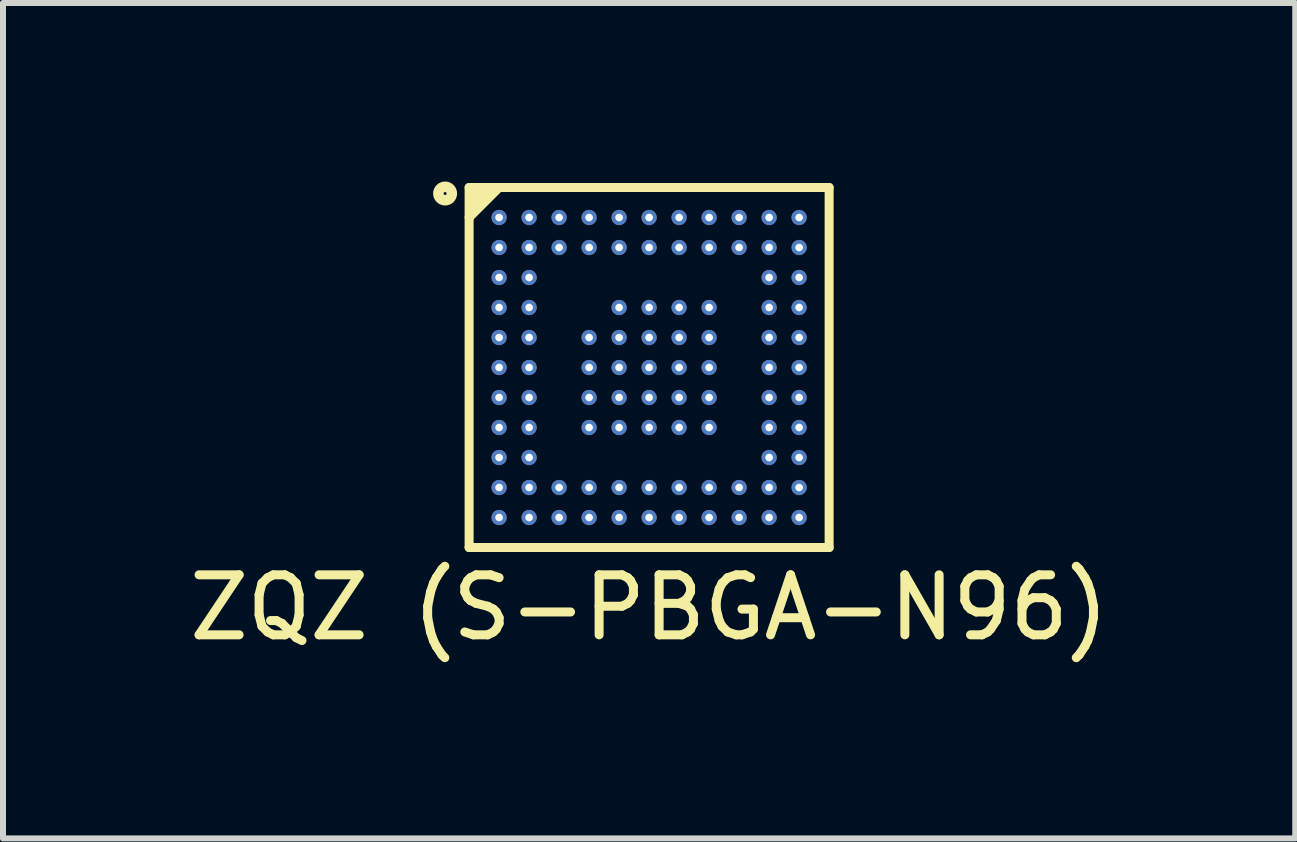
<source format=kicad_pcb>
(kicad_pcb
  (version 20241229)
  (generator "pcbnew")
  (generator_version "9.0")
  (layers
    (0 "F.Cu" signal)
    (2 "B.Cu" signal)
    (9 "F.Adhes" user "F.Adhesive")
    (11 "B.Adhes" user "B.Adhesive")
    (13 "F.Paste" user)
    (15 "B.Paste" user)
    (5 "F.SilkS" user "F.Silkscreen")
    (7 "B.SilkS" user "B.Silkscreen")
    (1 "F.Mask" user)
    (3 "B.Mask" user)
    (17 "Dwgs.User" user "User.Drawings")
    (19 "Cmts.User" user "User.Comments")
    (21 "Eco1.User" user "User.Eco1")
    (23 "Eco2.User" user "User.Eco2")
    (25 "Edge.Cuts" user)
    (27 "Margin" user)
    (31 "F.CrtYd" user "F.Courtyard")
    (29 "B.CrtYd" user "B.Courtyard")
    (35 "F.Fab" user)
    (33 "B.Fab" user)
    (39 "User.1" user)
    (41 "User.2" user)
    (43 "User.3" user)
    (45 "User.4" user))
  (footprint "ZQZ (S-PBGA-N96)"
    (layer "F.Cu")
    (at 7.768 6.575)
    (property "Reference" "ZQZ (S-PBGA-N96)" (at 0 0.5 0) (layer "F.SilkS") (effects (font (size 1 1) (thickness 0.15))))
    (attr through_hole)
    (fp_line (start -3 -0.5) (end -3 -6.5) (stroke (width 0.15) (type solid)) (layer "F.SilkS"))
    (fp_line (start -3 -0.5) (end 3 -0.5) (stroke (width 0.15) (type solid)) (layer "F.SilkS"))
    (fp_line (start -2.94 -6.2) (end -2.84 -6.41) (stroke (width 0.15) (type solid)) (layer "F.SilkS"))
    (fp_line (start -2.84 -6.41) (end -2.93 -6.4) (stroke (width 0.15) (type solid)) (layer "F.SilkS"))
    (fp_line (start -2.65 -6.45) (end -2.94 -6.2) (stroke (width 0.15) (type solid)) (layer "F.SilkS"))
    (fp_line (start -2.5 -6.5) (end -3 -6) (stroke (width 0.15) (type solid)) (layer "F.SilkS"))
    (fp_line (start 3 -6.5) (end -3 -6.5) (stroke (width 0.15) (type solid)) (layer "F.SilkS"))
    (fp_line (start 3 -6.5) (end 3 -0.5) (stroke (width 0.15) (type solid)) (layer "F.SilkS"))
    (fp_circle (center -3.4 -6.4) (end -3.35 -6.4) (stroke (width 0.15) (type solid)) (fill no) (layer "F.SilkS"))
    (fp_circle (center -3.4 -6.4) (end -3.3 -6.4) (stroke (width 0.15) (type solid)) (fill no) (layer "F.SilkS"))
    (pad "A1" thru_hole circle (at -2.5 -6) (size 0.254 0.254) (drill 0.127) (layers "*.Cu" "*.Mask"))
    (pad "A2" thru_hole circle (at -2 -6) (size 0.254 0.254) (drill 0.127) (layers "*.Cu" "*.Mask"))
    (pad "A3" thru_hole circle (at -1.5 -6) (size 0.254 0.254) (drill 0.127) (layers "*.Cu" "*.Mask"))
    (pad "A4" thru_hole circle (at -1 -6) (size 0.254 0.254) (drill 0.127) (layers "*.Cu" "*.Mask"))
    (pad "A5" thru_hole circle (at -0.5 -6) (size 0.254 0.254) (drill 0.127) (layers "*.Cu" "*.Mask"))
    (pad "A6" thru_hole circle (at 0 -6) (size 0.254 0.254) (drill 0.127) (layers "*.Cu" "*.Mask"))
    (pad "A7" thru_hole circle (at 0.5 -6) (size 0.254 0.254) (drill 0.127) (layers "*.Cu" "*.Mask"))
    (pad "A8" thru_hole circle (at 1 -6) (size 0.254 0.254) (drill 0.127) (layers "*.Cu" "*.Mask"))
    (pad "A9" thru_hole circle (at 1.5 -6) (size 0.254 0.254) (drill 0.127) (layers "*.Cu" "*.Mask"))
    (pad "A10" thru_hole circle (at 2 -6) (size 0.254 0.254) (drill 0.127) (layers "*.Cu" "*.Mask"))
    (pad "A11" thru_hole circle (at 2.5 -6) (size 0.254 0.254) (drill 0.127) (layers "*.Cu" "*.Mask"))
    (pad "B1" thru_hole circle (at -2.5 -5.5) (size 0.254 0.254) (drill 0.127) (layers "*.Cu" "*.Mask"))
    (pad "B2" thru_hole circle (at -2 -5.5) (size 0.254 0.254) (drill 0.127) (layers "*.Cu" "*.Mask"))
    (pad "B3" thru_hole circle (at -1.5 -5.5) (size 0.254 0.254) (drill 0.127) (layers "*.Cu" "*.Mask"))
    (pad "B4" thru_hole circle (at -1 -5.5) (size 0.254 0.254) (drill 0.127) (layers "*.Cu" "*.Mask"))
    (pad "B5" thru_hole circle (at -0.5 -5.5) (size 0.254 0.254) (drill 0.127) (layers "*.Cu" "*.Mask"))
    (pad "B6" thru_hole circle (at 0 -5.5) (size 0.254 0.254) (drill 0.127) (layers "*.Cu" "*.Mask"))
    (pad "B7" thru_hole circle (at 0.5 -5.5) (size 0.254 0.254) (drill 0.127) (layers "*.Cu" "*.Mask"))
    (pad "B8" thru_hole circle (at 1 -5.5) (size 0.254 0.254) (drill 0.127) (layers "*.Cu" "*.Mask"))
    (pad "B9" thru_hole circle (at 1.5 -5.5) (size 0.254 0.254) (drill 0.127) (layers "*.Cu" "*.Mask"))
    (pad "B10" thru_hole circle (at 2 -5.5) (size 0.254 0.254) (drill 0.127) (layers "*.Cu" "*.Mask"))
    (pad "B11" thru_hole circle (at 2.5 -5.5) (size 0.254 0.254) (drill 0.127) (layers "*.Cu" "*.Mask"))
    (pad "C1" thru_hole circle (at -2.5 -5) (size 0.254 0.254) (drill 0.127) (layers "*.Cu" "*.Mask"))
    (pad "C2" thru_hole circle (at -2 -5) (size 0.254 0.254) (drill 0.127) (layers "*.Cu" "*.Mask"))
    (pad "C10" thru_hole circle (at 2 -5) (size 0.254 0.254) (drill 0.127) (layers "*.Cu" "*.Mask"))
    (pad "C11" thru_hole circle (at 2.5 -5) (size 0.254 0.254) (drill 0.127) (layers "*.Cu" "*.Mask"))
    (pad "D1" thru_hole circle (at -2.5 -4.5) (size 0.254 0.254) (drill 0.127) (layers "*.Cu" "*.Mask"))
    (pad "D2" thru_hole circle (at -2 -4.5) (size 0.254 0.254) (drill 0.127) (layers "*.Cu" "*.Mask"))
    (pad "D5" thru_hole circle (at -0.5 -4.5) (size 0.254 0.254) (drill 0.127) (layers "*.Cu" "*.Mask"))
    (pad "D6" thru_hole circle (at 0 -4.5) (size 0.254 0.254) (drill 0.127) (layers "*.Cu" "*.Mask"))
    (pad "D7" thru_hole circle (at 0.5 -4.5) (size 0.254 0.254) (drill 0.127) (layers "*.Cu" "*.Mask"))
    (pad "D8" thru_hole circle (at 1 -4.5) (size 0.254 0.254) (drill 0.127) (layers "*.Cu" "*.Mask"))
    (pad "D10" thru_hole circle (at 2 -4.5) (size 0.254 0.254) (drill 0.127) (layers "*.Cu" "*.Mask"))
    (pad "D11" thru_hole circle (at 2.5 -4.5) (size 0.254 0.254) (drill 0.127) (layers "*.Cu" "*.Mask"))
    (pad "E1" thru_hole circle (at -2.5 -4) (size 0.254 0.254) (drill 0.127) (layers "*.Cu" "*.Mask"))
    (pad "E2" thru_hole circle (at -2 -4) (size 0.254 0.254) (drill 0.127) (layers "*.Cu" "*.Mask"))
    (pad "E4" thru_hole circle (at -1 -4) (size 0.254 0.254) (drill 0.127) (layers "*.Cu" "*.Mask"))
    (pad "E5" thru_hole circle (at -0.5 -4) (size 0.254 0.254) (drill 0.127) (layers "*.Cu" "*.Mask"))
    (pad "E6" thru_hole circle (at 0 -4) (size 0.254 0.254) (drill 0.127) (layers "*.Cu" "*.Mask"))
    (pad "E7" thru_hole circle (at 0.5 -4) (size 0.254 0.254) (drill 0.127) (layers "*.Cu" "*.Mask"))
    (pad "E8" thru_hole circle (at 1 -4) (size 0.254 0.254) (drill 0.127) (layers "*.Cu" "*.Mask"))
    (pad "E10" thru_hole circle (at 2 -4) (size 0.254 0.254) (drill 0.127) (layers "*.Cu" "*.Mask"))
    (pad "E11" thru_hole circle (at 2.5 -4) (size 0.254 0.254) (drill 0.127) (layers "*.Cu" "*.Mask"))
    (pad "F1" thru_hole circle (at -2.5 -3.5) (size 0.254 0.254) (drill 0.127) (layers "*.Cu" "*.Mask"))
    (pad "F2" thru_hole circle (at -2 -3.5) (size 0.254 0.254) (drill 0.127) (layers "*.Cu" "*.Mask"))
    (pad "F4" thru_hole circle (at -1 -3.5) (size 0.254 0.254) (drill 0.127) (layers "*.Cu" "*.Mask"))
    (pad "F5" thru_hole circle (at -0.5 -3.5) (size 0.254 0.254) (drill 0.127) (layers "*.Cu" "*.Mask"))
    (pad "F6" thru_hole circle (at 0 -3.5) (size 0.254 0.254) (drill 0.127) (layers "*.Cu" "*.Mask"))
    (pad "F7" thru_hole circle (at 0.5 -3.5) (size 0.254 0.254) (drill 0.127) (layers "*.Cu" "*.Mask"))
    (pad "F8" thru_hole circle (at 1 -3.5) (size 0.254 0.254) (drill 0.127) (layers "*.Cu" "*.Mask"))
    (pad "F10" thru_hole circle (at 2 -3.5) (size 0.254 0.254) (drill 0.127) (layers "*.Cu" "*.Mask"))
    (pad "F11" thru_hole circle (at 2.5 -3.5) (size 0.254 0.254) (drill 0.127) (layers "*.Cu" "*.Mask"))
    (pad "G1" thru_hole circle (at -2.5 -3) (size 0.254 0.254) (drill 0.127) (layers "*.Cu" "*.Mask"))
    (pad "G2" thru_hole circle (at -2 -3) (size 0.254 0.254) (drill 0.127) (layers "*.Cu" "*.Mask"))
    (pad "G4" thru_hole circle (at -1 -3) (size 0.254 0.254) (drill 0.127) (layers "*.Cu" "*.Mask"))
    (pad "G5" thru_hole circle (at -0.5 -3) (size 0.254 0.254) (drill 0.127) (layers "*.Cu" "*.Mask"))
    (pad "G6" thru_hole circle (at 0 -3) (size 0.254 0.254) (drill 0.127) (layers "*.Cu" "*.Mask"))
    (pad "G7" thru_hole circle (at 0.5 -3) (size 0.254 0.254) (drill 0.127) (layers "*.Cu" "*.Mask"))
    (pad "G8" thru_hole circle (at 1 -3) (size 0.254 0.254) (drill 0.127) (layers "*.Cu" "*.Mask"))
    (pad "G10" thru_hole circle (at 2 -3) (size 0.254 0.254) (drill 0.127) (layers "*.Cu" "*.Mask"))
    (pad "G11" thru_hole circle (at 2.5 -3) (size 0.254 0.254) (drill 0.127) (layers "*.Cu" "*.Mask"))
    (pad "H1" thru_hole circle (at -2.5 -2.5) (size 0.254 0.254) (drill 0.127) (layers "*.Cu" "*.Mask"))
    (pad "H2" thru_hole circle (at -2 -2.5) (size 0.254 0.254) (drill 0.127) (layers "*.Cu" "*.Mask"))
    (pad "H4" thru_hole circle (at -1 -2.5) (size 0.254 0.254) (drill 0.127) (layers "*.Cu" "*.Mask"))
    (pad "H5" thru_hole circle (at -0.5 -2.5) (size 0.254 0.254) (drill 0.127) (layers "*.Cu" "*.Mask"))
    (pad "H6" thru_hole circle (at 0 -2.5) (size 0.254 0.254) (drill 0.127) (layers "*.Cu" "*.Mask"))
    (pad "H7" thru_hole circle (at 0.5 -2.5) (size 0.254 0.254) (drill 0.127) (layers "*.Cu" "*.Mask"))
    (pad "H8" thru_hole circle (at 1 -2.5) (size 0.254 0.254) (drill 0.127) (layers "*.Cu" "*.Mask"))
    (pad "H10" thru_hole circle (at 2 -2.5) (size 0.254 0.254) (drill 0.127) (layers "*.Cu" "*.Mask"))
    (pad "H11" thru_hole circle (at 2.5 -2.5) (size 0.254 0.254) (drill 0.127) (layers "*.Cu" "*.Mask"))
    (pad "J1" thru_hole circle (at -2.5 -2) (size 0.254 0.254) (drill 0.127) (layers "*.Cu" "*.Mask"))
    (pad "J2" thru_hole circle (at -2 -2) (size 0.254 0.254) (drill 0.127) (layers "*.Cu" "*.Mask"))
    (pad "J10" thru_hole circle (at 2 -2) (size 0.254 0.254) (drill 0.127) (layers "*.Cu" "*.Mask"))
    (pad "J11" thru_hole circle (at 2.5 -2) (size 0.254 0.254) (drill 0.127) (layers "*.Cu" "*.Mask"))
    (pad "K1" thru_hole circle (at -2.5 -1.5) (size 0.254 0.254) (drill 0.127) (layers "*.Cu" "*.Mask"))
    (pad "K2" thru_hole circle (at -2 -1.5) (size 0.254 0.254) (drill 0.127) (layers "*.Cu" "*.Mask"))
    (pad "K3" thru_hole circle (at -1.5 -1.5) (size 0.254 0.254) (drill 0.127) (layers "*.Cu" "*.Mask"))
    (pad "K4" thru_hole circle (at -1 -1.5) (size 0.254 0.254) (drill 0.127) (layers "*.Cu" "*.Mask"))
    (pad "K5" thru_hole circle (at -0.5 -1.5) (size 0.254 0.254) (drill 0.127) (layers "*.Cu" "*.Mask"))
    (pad "K6" thru_hole circle (at 0 -1.5) (size 0.254 0.254) (drill 0.127) (layers "*.Cu" "*.Mask"))
    (pad "K7" thru_hole circle (at 0.5 -1.5) (size 0.254 0.254) (drill 0.127) (layers "*.Cu" "*.Mask"))
    (pad "K8" thru_hole circle (at 1 -1.5) (size 0.254 0.254) (drill 0.127) (layers "*.Cu" "*.Mask"))
    (pad "K9" thru_hole circle (at 1.5 -1.5) (size 0.254 0.254) (drill 0.127) (layers "*.Cu" "*.Mask"))
    (pad "K10" thru_hole circle (at 2 -1.5) (size 0.254 0.254) (drill 0.127) (layers "*.Cu" "*.Mask"))
    (pad "K11" thru_hole circle (at 2.5 -1.5) (size 0.254 0.254) (drill 0.127) (layers "*.Cu" "*.Mask"))
    (pad "L1" thru_hole circle (at -2.5 -1) (size 0.254 0.254) (drill 0.127) (layers "*.Cu" "*.Mask"))
    (pad "L2" thru_hole circle (at -2 -1) (size 0.254 0.254) (drill 0.127) (layers "*.Cu" "*.Mask"))
    (pad "L3" thru_hole circle (at -1.5 -1) (size 0.254 0.254) (drill 0.127) (layers "*.Cu" "*.Mask"))
    (pad "L4" thru_hole circle (at -1 -1) (size 0.254 0.254) (drill 0.127) (layers "*.Cu" "*.Mask"))
    (pad "L5" thru_hole circle (at -0.5 -1) (size 0.254 0.254) (drill 0.127) (layers "*.Cu" "*.Mask"))
    (pad "L6" thru_hole circle (at 0 -1) (size 0.254 0.254) (drill 0.127) (layers "*.Cu" "*.Mask"))
    (pad "L7" thru_hole circle (at 0.5 -1) (size 0.254 0.254) (drill 0.127) (layers "*.Cu" "*.Mask"))
    (pad "L8" thru_hole circle (at 1 -1) (size 0.254 0.254) (drill 0.127) (layers "*.Cu" "*.Mask"))
    (pad "L9" thru_hole circle (at 1.5 -1) (size 0.254 0.254) (drill 0.127) (layers "*.Cu" "*.Mask"))
    (pad "L10" thru_hole circle (at 2 -1) (size 0.254 0.254) (drill 0.127) (layers "*.Cu" "*.Mask"))
    (pad "L11" thru_hole circle (at 2.5 -1) (size 0.254 0.254) (drill 0.127) (layers "*.Cu" "*.Mask")))
  (gr_rect
    (start -3 -3)
    (end 18.536 10.923)
    (stroke (width 0.1) (type default))
    (fill no)
    (layer "Edge.Cuts")))
</source>
